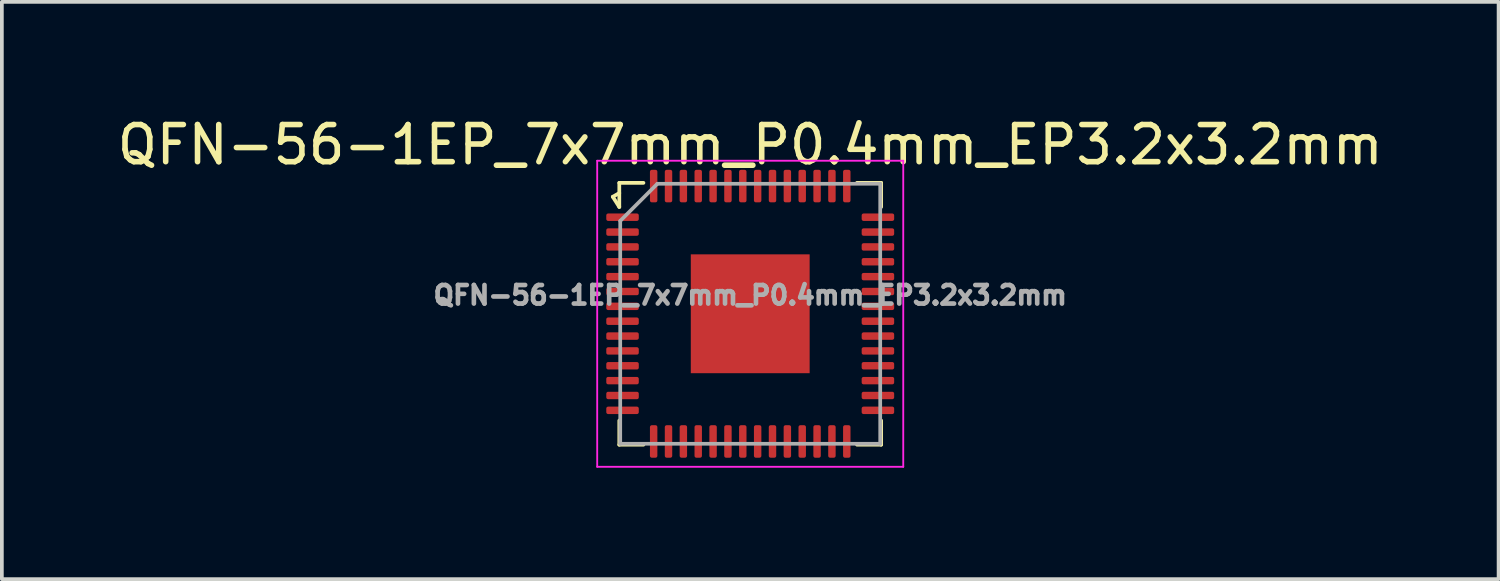
<source format=kicad_pcb>
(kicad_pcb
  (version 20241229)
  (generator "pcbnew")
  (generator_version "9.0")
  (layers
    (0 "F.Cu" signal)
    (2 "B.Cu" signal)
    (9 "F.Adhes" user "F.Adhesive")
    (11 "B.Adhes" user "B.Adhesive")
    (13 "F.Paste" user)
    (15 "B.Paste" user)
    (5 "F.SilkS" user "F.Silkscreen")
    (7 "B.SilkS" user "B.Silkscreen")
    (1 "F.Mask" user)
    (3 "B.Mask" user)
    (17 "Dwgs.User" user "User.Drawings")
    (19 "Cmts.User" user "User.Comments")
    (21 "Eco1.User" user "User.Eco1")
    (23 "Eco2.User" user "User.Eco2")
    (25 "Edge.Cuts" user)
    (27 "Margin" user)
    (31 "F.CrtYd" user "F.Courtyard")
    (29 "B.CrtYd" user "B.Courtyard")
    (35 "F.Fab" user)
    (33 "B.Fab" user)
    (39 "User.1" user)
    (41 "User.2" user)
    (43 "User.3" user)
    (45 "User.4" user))
  (footprint "QFN-56-1EP_7x7mm_P0.4mm_EP3.2x3.2mm"
    (layer "F.Cu")
    (at 17.149 5.398)
    (property "Reference" "QFN-56-1EP_7x7mm_P0.4mm_EP3.2x3.2mm" (at 0 -4.55 0) (layer "F.SilkS") (effects (font (size 1 1) (thickness 0.15))))
    (attr smd)
    (fp_line (start -3.7 -3.15) (end -3.525 -3.25) (stroke (width 0.1) (type solid)) (layer "F.SilkS"))
    (fp_line (start -3.525 -3.525) (end -2.875 -3.525) (stroke (width 0.1) (type solid)) (layer "F.SilkS"))
    (fp_line (start -3.525 -2.875) (end -3.7 -3.15) (stroke (width 0.1) (type solid)) (layer "F.SilkS"))
    (fp_line (start -3.525 -2.875) (end -3.525 -3.525) (stroke (width 0.1) (type solid)) (layer "F.SilkS"))
    (fp_line (start -3.525 3.525) (end -3.525 2.875) (stroke (width 0.1) (type solid)) (layer "F.SilkS"))
    (fp_line (start -2.875 3.525) (end -3.525 3.525) (stroke (width 0.1) (type solid)) (layer "F.SilkS"))
    (fp_line (start 2.875 -3.525) (end 3.525 -3.525) (stroke (width 0.1) (type solid)) (layer "F.SilkS"))
    (fp_line (start 3.525 -3.525) (end 3.525 -2.875) (stroke (width 0.1) (type solid)) (layer "F.SilkS"))
    (fp_line (start 3.525 2.875) (end 3.525 3.525) (stroke (width 0.1) (type solid)) (layer "F.SilkS"))
    (fp_line (start 3.525 3.525) (end 2.875 3.525) (stroke (width 0.1) (type solid)) (layer "F.SilkS"))
    (fp_line (start -4.12 -4.12) (end -4.12 4.12) (stroke (width 0.05) (type solid)) (layer "F.CrtYd"))
    (fp_line (start -4.12 4.12) (end 4.12 4.12) (stroke (width 0.05) (type solid)) (layer "F.CrtYd"))
    (fp_line (start 4.12 -4.12) (end -4.12 -4.12) (stroke (width 0.05) (type solid)) (layer "F.CrtYd"))
    (fp_line (start 4.12 4.12) (end 4.12 -4.12) (stroke (width 0.05) (type solid)) (layer "F.CrtYd"))
    (fp_line (start -3.5 -2.5) (end -2.5 -3.5) (stroke (width 0.1) (type solid)) (layer "F.Fab"))
    (fp_line (start -3.5 3.5) (end -3.5 -2.5) (stroke (width 0.1) (type solid)) (layer "F.Fab"))
    (fp_line (start -2.5 -3.5) (end 3.5 -3.5) (stroke (width 0.1) (type solid)) (layer "F.Fab"))
    (fp_line (start 3.5 -3.5) (end 3.5 3.5) (stroke (width 0.1) (type solid)) (layer "F.Fab"))
    (fp_line (start 3.5 3.5) (end -3.5 3.5) (stroke (width 0.1) (type solid)) (layer "F.Fab"))
    (fp_text user "${REFERENCE}" (at 0 -0.5 0) (layer "F.Fab") (effects (font (size 0.5 0.5) (thickness 0.125))))
    (pad "" smd roundrect (at -0.8 -0.8) (size 1.29 1.29) (layers "F.Paste") (roundrect_rratio 0.194))
    (pad "" smd roundrect (at -0.8 0.8) (size 1.29 1.29) (layers "F.Paste") (roundrect_rratio 0.194))
    (pad "" smd roundrect (at 0.8 -0.8) (size 1.29 1.29) (layers "F.Paste") (roundrect_rratio 0.194))
    (pad "" smd roundrect (at 0.8 0.8) (size 1.29 1.29) (layers "F.Paste") (roundrect_rratio 0.194))
    (pad "1" smd roundrect (at -3.438 -2.6) (size 0.875 0.2) (layers "F.Cu" "F.Mask" "F.Paste") (roundrect_rratio 0.25))
    (pad "2" smd roundrect (at -3.438 -2.2) (size 0.875 0.2) (layers "F.Cu" "F.Mask" "F.Paste") (roundrect_rratio 0.25))
    (pad "3" smd roundrect (at -3.438 -1.8) (size 0.875 0.2) (layers "F.Cu" "F.Mask" "F.Paste") (roundrect_rratio 0.25))
    (pad "4" smd roundrect (at -3.438 -1.4) (size 0.875 0.2) (layers "F.Cu" "F.Mask" "F.Paste") (roundrect_rratio 0.25))
    (pad "5" smd roundrect (at -3.438 -1) (size 0.875 0.2) (layers "F.Cu" "F.Mask" "F.Paste") (roundrect_rratio 0.25))
    (pad "6" smd roundrect (at -3.438 -0.6) (size 0.875 0.2) (layers "F.Cu" "F.Mask" "F.Paste") (roundrect_rratio 0.25))
    (pad "7" smd roundrect (at -3.438 -0.2) (size 0.875 0.2) (layers "F.Cu" "F.Mask" "F.Paste") (roundrect_rratio 0.25))
    (pad "8" smd roundrect (at -3.438 0.2) (size 0.875 0.2) (layers "F.Cu" "F.Mask" "F.Paste") (roundrect_rratio 0.25))
    (pad "9" smd roundrect (at -3.438 0.6) (size 0.875 0.2) (layers "F.Cu" "F.Mask" "F.Paste") (roundrect_rratio 0.25))
    (pad "10" smd roundrect (at -3.438 1) (size 0.875 0.2) (layers "F.Cu" "F.Mask" "F.Paste") (roundrect_rratio 0.25))
    (pad "11" smd roundrect (at -3.438 1.4) (size 0.875 0.2) (layers "F.Cu" "F.Mask" "F.Paste") (roundrect_rratio 0.25))
    (pad "12" smd roundrect (at -3.438 1.8) (size 0.875 0.2) (layers "F.Cu" "F.Mask" "F.Paste") (roundrect_rratio 0.25))
    (pad "13" smd roundrect (at -3.438 2.2) (size 0.875 0.2) (layers "F.Cu" "F.Mask" "F.Paste") (roundrect_rratio 0.25))
    (pad "14" smd roundrect (at -3.438 2.6) (size 0.875 0.2) (layers "F.Cu" "F.Mask" "F.Paste") (roundrect_rratio 0.25))
    (pad "15" smd roundrect (at -2.6 3.438) (size 0.2 0.875) (layers "F.Cu" "F.Mask" "F.Paste") (roundrect_rratio 0.25))
    (pad "16" smd roundrect (at -2.2 3.438) (size 0.2 0.875) (layers "F.Cu" "F.Mask" "F.Paste") (roundrect_rratio 0.25))
    (pad "17" smd roundrect (at -1.8 3.438) (size 0.2 0.875) (layers "F.Cu" "F.Mask" "F.Paste") (roundrect_rratio 0.25))
    (pad "18" smd roundrect (at -1.4 3.438) (size 0.2 0.875) (layers "F.Cu" "F.Mask" "F.Paste") (roundrect_rratio 0.25))
    (pad "19" smd roundrect (at -1 3.438) (size 0.2 0.875) (layers "F.Cu" "F.Mask" "F.Paste") (roundrect_rratio 0.25))
    (pad "20" smd roundrect (at -0.6 3.438) (size 0.2 0.875) (layers "F.Cu" "F.Mask" "F.Paste") (roundrect_rratio 0.25))
    (pad "21" smd roundrect (at -0.2 3.438) (size 0.2 0.875) (layers "F.Cu" "F.Mask" "F.Paste") (roundrect_rratio 0.25))
    (pad "22" smd roundrect (at 0.2 3.438) (size 0.2 0.875) (layers "F.Cu" "F.Mask" "F.Paste") (roundrect_rratio 0.25))
    (pad "23" smd roundrect (at 0.6 3.438) (size 0.2 0.875) (layers "F.Cu" "F.Mask" "F.Paste") (roundrect_rratio 0.25))
    (pad "24" smd roundrect (at 1 3.438) (size 0.2 0.875) (layers "F.Cu" "F.Mask" "F.Paste") (roundrect_rratio 0.25))
    (pad "25" smd roundrect (at 1.4 3.438) (size 0.2 0.875) (layers "F.Cu" "F.Mask" "F.Paste") (roundrect_rratio 0.25))
    (pad "26" smd roundrect (at 1.8 3.438) (size 0.2 0.875) (layers "F.Cu" "F.Mask" "F.Paste") (roundrect_rratio 0.25))
    (pad "27" smd roundrect (at 2.2 3.438) (size 0.2 0.875) (layers "F.Cu" "F.Mask" "F.Paste") (roundrect_rratio 0.25))
    (pad "28" smd roundrect (at 2.6 3.438) (size 0.2 0.875) (layers "F.Cu" "F.Mask" "F.Paste") (roundrect_rratio 0.25))
    (pad "29" smd roundrect (at 3.438 2.6) (size 0.875 0.2) (layers "F.Cu" "F.Mask" "F.Paste") (roundrect_rratio 0.25))
    (pad "30" smd roundrect (at 3.438 2.2) (size 0.875 0.2) (layers "F.Cu" "F.Mask" "F.Paste") (roundrect_rratio 0.25))
    (pad "31" smd roundrect (at 3.438 1.8) (size 0.875 0.2) (layers "F.Cu" "F.Mask" "F.Paste") (roundrect_rratio 0.25))
    (pad "32" smd roundrect (at 3.438 1.4) (size 0.875 0.2) (layers "F.Cu" "F.Mask" "F.Paste") (roundrect_rratio 0.25))
    (pad "33" smd roundrect (at 3.438 1) (size 0.875 0.2) (layers "F.Cu" "F.Mask" "F.Paste") (roundrect_rratio 0.25))
    (pad "34" smd roundrect (at 3.438 0.6) (size 0.875 0.2) (layers "F.Cu" "F.Mask" "F.Paste") (roundrect_rratio 0.25))
    (pad "35" smd roundrect (at 3.438 0.2) (size 0.875 0.2) (layers "F.Cu" "F.Mask" "F.Paste") (roundrect_rratio 0.25))
    (pad "36" smd roundrect (at 3.438 -0.2) (size 0.875 0.2) (layers "F.Cu" "F.Mask" "F.Paste") (roundrect_rratio 0.25))
    (pad "37" smd roundrect (at 3.438 -0.6) (size 0.875 0.2) (layers "F.Cu" "F.Mask" "F.Paste") (roundrect_rratio 0.25))
    (pad "38" smd roundrect (at 3.438 -1) (size 0.875 0.2) (layers "F.Cu" "F.Mask" "F.Paste") (roundrect_rratio 0.25))
    (pad "39" smd roundrect (at 3.438 -1.4) (size 0.875 0.2) (layers "F.Cu" "F.Mask" "F.Paste") (roundrect_rratio 0.25))
    (pad "40" smd roundrect (at 3.438 -1.8) (size 0.875 0.2) (layers "F.Cu" "F.Mask" "F.Paste") (roundrect_rratio 0.25))
    (pad "41" smd roundrect (at 3.438 -2.2) (size 0.875 0.2) (layers "F.Cu" "F.Mask" "F.Paste") (roundrect_rratio 0.25))
    (pad "42" smd roundrect (at 3.438 -2.6) (size 0.875 0.2) (layers "F.Cu" "F.Mask" "F.Paste") (roundrect_rratio 0.25))
    (pad "43" smd roundrect (at 2.6 -3.438) (size 0.2 0.875) (layers "F.Cu" "F.Mask" "F.Paste") (roundrect_rratio 0.25))
    (pad "44" smd roundrect (at 2.2 -3.438) (size 0.2 0.875) (layers "F.Cu" "F.Mask" "F.Paste") (roundrect_rratio 0.25))
    (pad "45" smd roundrect (at 1.8 -3.438) (size 0.2 0.875) (layers "F.Cu" "F.Mask" "F.Paste") (roundrect_rratio 0.25))
    (pad "46" smd roundrect (at 1.4 -3.438) (size 0.2 0.875) (layers "F.Cu" "F.Mask" "F.Paste") (roundrect_rratio 0.25))
    (pad "47" smd roundrect (at 1 -3.438) (size 0.2 0.875) (layers "F.Cu" "F.Mask" "F.Paste") (roundrect_rratio 0.25))
    (pad "48" smd roundrect (at 0.6 -3.438) (size 0.2 0.875) (layers "F.Cu" "F.Mask" "F.Paste") (roundrect_rratio 0.25))
    (pad "49" smd roundrect (at 0.2 -3.438) (size 0.2 0.875) (layers "F.Cu" "F.Mask" "F.Paste") (roundrect_rratio 0.25))
    (pad "50" smd roundrect (at -0.2 -3.438) (size 0.2 0.875) (layers "F.Cu" "F.Mask" "F.Paste") (roundrect_rratio 0.25))
    (pad "51" smd roundrect (at -0.6 -3.438) (size 0.2 0.875) (layers "F.Cu" "F.Mask" "F.Paste") (roundrect_rratio 0.25))
    (pad "52" smd roundrect (at -1 -3.438) (size 0.2 0.875) (layers "F.Cu" "F.Mask" "F.Paste") (roundrect_rratio 0.25))
    (pad "53" smd roundrect (at -1.4 -3.438) (size 0.2 0.875) (layers "F.Cu" "F.Mask" "F.Paste") (roundrect_rratio 0.25))
    (pad "54" smd roundrect (at -1.8 -3.438) (size 0.2 0.875) (layers "F.Cu" "F.Mask" "F.Paste") (roundrect_rratio 0.25))
    (pad "55" smd roundrect (at -2.2 -3.438) (size 0.2 0.875) (layers "F.Cu" "F.Mask" "F.Paste") (roundrect_rratio 0.25))
    (pad "56" smd roundrect (at -2.6 -3.438) (size 0.2 0.875) (layers "F.Cu" "F.Mask" "F.Paste") (roundrect_rratio 0.25))
    (pad "57" smd rect (at 0 0) (size 3.2 3.2) (layers "F.Cu" "F.Mask")))
  (gr_rect
    (start -3 -3)
    (end 37.298 12.543)
    (stroke (width 0.1) (type default))
    (fill no)
    (layer "Edge.Cuts")))
</source>
